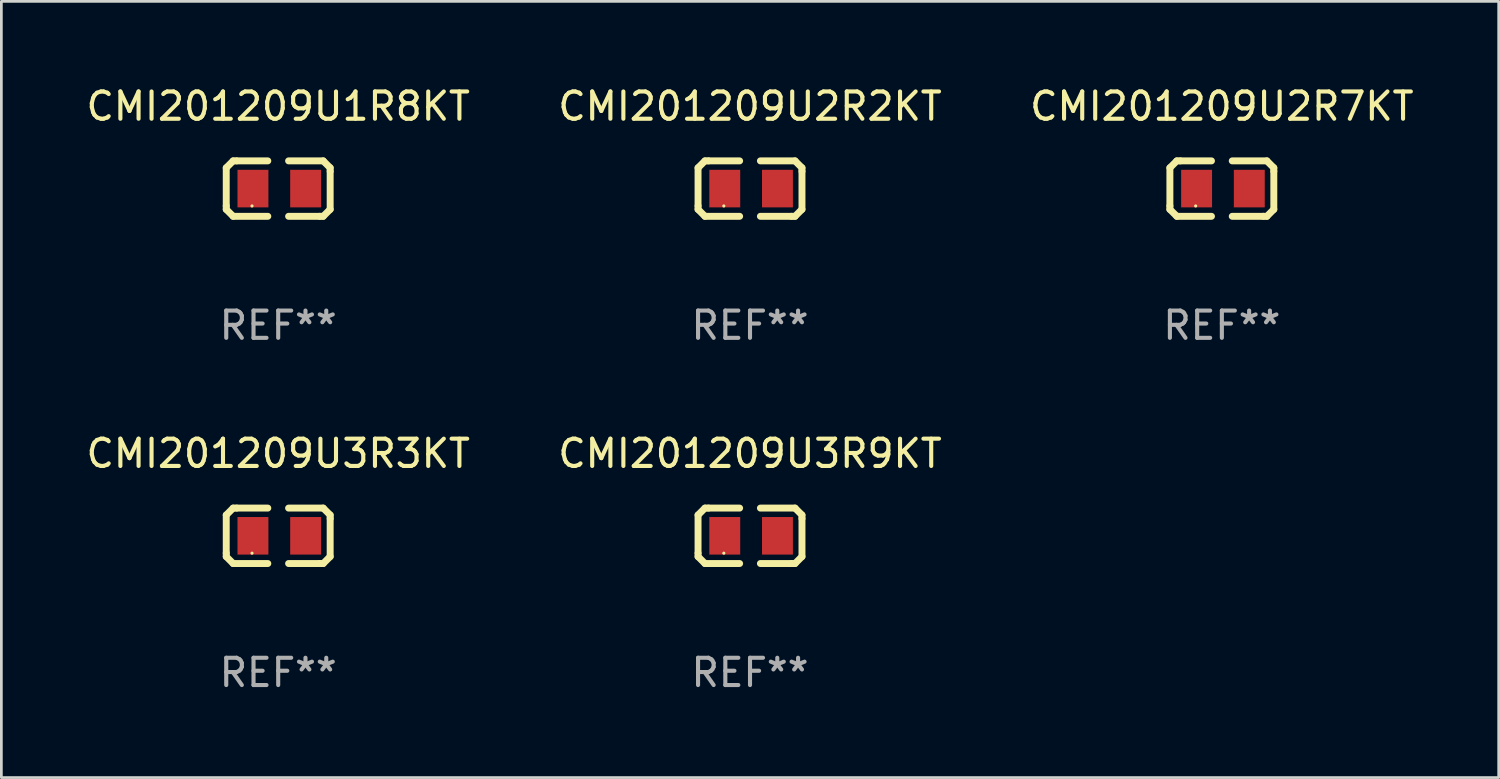
<source format=kicad_pcb>
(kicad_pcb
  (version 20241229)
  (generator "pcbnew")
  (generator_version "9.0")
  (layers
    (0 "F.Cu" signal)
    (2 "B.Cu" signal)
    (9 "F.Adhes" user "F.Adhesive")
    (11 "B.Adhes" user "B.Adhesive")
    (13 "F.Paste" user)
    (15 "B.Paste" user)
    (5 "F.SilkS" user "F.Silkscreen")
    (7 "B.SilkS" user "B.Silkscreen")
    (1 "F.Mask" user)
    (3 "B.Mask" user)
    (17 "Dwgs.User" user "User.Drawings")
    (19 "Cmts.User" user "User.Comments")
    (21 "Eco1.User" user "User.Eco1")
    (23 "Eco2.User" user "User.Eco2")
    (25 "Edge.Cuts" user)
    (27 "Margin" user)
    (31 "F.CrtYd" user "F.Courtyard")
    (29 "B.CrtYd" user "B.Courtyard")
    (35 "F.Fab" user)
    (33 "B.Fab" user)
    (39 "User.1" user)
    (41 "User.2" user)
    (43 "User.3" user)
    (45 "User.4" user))
  (footprint "CMI201209U2R2KT"
    (layer "F.Cu")
    (at 24.446 3.864)
    (property "Reference" "CMI201209U2R2KT" (at 0 -3.016 0) (layer "F.SilkS") (effects (font (size 1 1) (thickness 0.15))))
    (attr through_hole)
    (fp_line (start -1.905 -0.762) (end -1.905 0.635) (stroke (width 0.254) (type solid)) (layer "F.SilkS"))
    (fp_line (start -1.905 0.635) (end -1.905 0.762) (stroke (width 0.254) (type solid)) (layer "F.SilkS"))
    (fp_line (start -1.905 0.762) (end -1.651 1.016) (stroke (width 0.254) (type solid)) (layer "F.SilkS"))
    (fp_line (start -1.651 -1.016) (end -1.905 -0.762) (stroke (width 0.254) (type solid)) (layer "F.SilkS"))
    (fp_line (start -1.651 1.016) (end -0.381 1.016) (stroke (width 0.254) (type solid)) (layer "F.SilkS"))
    (fp_line (start -1.524 -1.016) (end -1.651 -1.016) (stroke (width 0.254) (type solid)) (layer "F.SilkS"))
    (fp_line (start -0.381 -1.016) (end -1.524 -1.016) (stroke (width 0.254) (type solid)) (layer "F.SilkS"))
    (fp_line (start 0.381 1.016) (end 1.524 1.016) (stroke (width 0.254) (type solid)) (layer "F.SilkS"))
    (fp_line (start 1.524 1.016) (end 1.651 1.016) (stroke (width 0.254) (type solid)) (layer "F.SilkS"))
    (fp_line (start 1.651 -1.016) (end 0.381 -1.016) (stroke (width 0.254) (type solid)) (layer "F.SilkS"))
    (fp_line (start 1.651 1.016) (end 1.905 0.762) (stroke (width 0.254) (type solid)) (layer "F.SilkS"))
    (fp_line (start 1.905 -0.762) (end 1.651 -1.016) (stroke (width 0.254) (type solid)) (layer "F.SilkS"))
    (fp_line (start 1.905 -0.635) (end 1.905 -0.762) (stroke (width 0.254) (type solid)) (layer "F.SilkS"))
    (fp_line (start 1.905 0.762) (end 1.905 -0.635) (stroke (width 0.254) (type solid)) (layer "F.SilkS"))
    (fp_circle (center -0.96 0.637) (end -0.93 0.637) (stroke (width 0.06) (type solid)) (fill no) (layer "F.SilkS"))
    (fp_text user "REF**" (at 0 5.016 0) (layer "F.Fab") (effects (font (size 1 1) (thickness 0.15))))
    (pad "1" smd rect (at -0.926 -0.000051) (size 1.133 1.377) (layers "F.Cu" "F.Mask" "F.Paste"))
    (pad "2" smd rect (at 1.006 -0.000051) (size 1.133 1.377) (layers "F.Cu" "F.Mask" "F.Paste")))
  (footprint "CMI201209U3R3KT"
    (layer "F.Cu")
    (at 7.149 16.593)
    (property "Reference" "CMI201209U3R3KT" (at 0 -3.016 0) (layer "F.SilkS") (effects (font (size 1 1) (thickness 0.15))))
    (attr through_hole)
    (fp_line (start -1.905 -0.762) (end -1.905 0.635) (stroke (width 0.254) (type solid)) (layer "F.SilkS"))
    (fp_line (start -1.905 0.635) (end -1.905 0.762) (stroke (width 0.254) (type solid)) (layer "F.SilkS"))
    (fp_line (start -1.905 0.762) (end -1.651 1.016) (stroke (width 0.254) (type solid)) (layer "F.SilkS"))
    (fp_line (start -1.651 -1.016) (end -1.905 -0.762) (stroke (width 0.254) (type solid)) (layer "F.SilkS"))
    (fp_line (start -1.651 1.016) (end -0.381 1.016) (stroke (width 0.254) (type solid)) (layer "F.SilkS"))
    (fp_line (start -1.524 -1.016) (end -1.651 -1.016) (stroke (width 0.254) (type solid)) (layer "F.SilkS"))
    (fp_line (start -0.381 -1.016) (end -1.524 -1.016) (stroke (width 0.254) (type solid)) (layer "F.SilkS"))
    (fp_line (start 0.381 1.016) (end 1.524 1.016) (stroke (width 0.254) (type solid)) (layer "F.SilkS"))
    (fp_line (start 1.524 1.016) (end 1.651 1.016) (stroke (width 0.254) (type solid)) (layer "F.SilkS"))
    (fp_line (start 1.651 -1.016) (end 0.381 -1.016) (stroke (width 0.254) (type solid)) (layer "F.SilkS"))
    (fp_line (start 1.651 1.016) (end 1.905 0.762) (stroke (width 0.254) (type solid)) (layer "F.SilkS"))
    (fp_line (start 1.905 -0.762) (end 1.651 -1.016) (stroke (width 0.254) (type solid)) (layer "F.SilkS"))
    (fp_line (start 1.905 -0.635) (end 1.905 -0.762) (stroke (width 0.254) (type solid)) (layer "F.SilkS"))
    (fp_line (start 1.905 0.762) (end 1.905 -0.635) (stroke (width 0.254) (type solid)) (layer "F.SilkS"))
    (fp_circle (center -0.96 0.637) (end -0.93 0.637) (stroke (width 0.06) (type solid)) (fill no) (layer "F.SilkS"))
    (fp_text user "REF**" (at 0 5.016 0) (layer "F.Fab") (effects (font (size 1 1) (thickness 0.15))))
    (pad "1" smd rect (at -0.926 -0.000051) (size 1.133 1.377) (layers "F.Cu" "F.Mask" "F.Paste"))
    (pad "2" smd rect (at 1.006 -0.000051) (size 1.133 1.377) (layers "F.Cu" "F.Mask" "F.Paste")))
  (footprint "CMI201209U1R8KT"
    (layer "F.Cu")
    (at 7.149 3.864)
    (property "Reference" "CMI201209U1R8KT" (at 0 -3.016 0) (layer "F.SilkS") (effects (font (size 1 1) (thickness 0.15))))
    (attr through_hole)
    (fp_line (start -1.905 -0.762) (end -1.905 0.635) (stroke (width 0.254) (type solid)) (layer "F.SilkS"))
    (fp_line (start -1.905 0.635) (end -1.905 0.762) (stroke (width 0.254) (type solid)) (layer "F.SilkS"))
    (fp_line (start -1.905 0.762) (end -1.651 1.016) (stroke (width 0.254) (type solid)) (layer "F.SilkS"))
    (fp_line (start -1.651 -1.016) (end -1.905 -0.762) (stroke (width 0.254) (type solid)) (layer "F.SilkS"))
    (fp_line (start -1.651 1.016) (end -0.381 1.016) (stroke (width 0.254) (type solid)) (layer "F.SilkS"))
    (fp_line (start -1.524 -1.016) (end -1.651 -1.016) (stroke (width 0.254) (type solid)) (layer "F.SilkS"))
    (fp_line (start -0.381 -1.016) (end -1.524 -1.016) (stroke (width 0.254) (type solid)) (layer "F.SilkS"))
    (fp_line (start 0.381 1.016) (end 1.524 1.016) (stroke (width 0.254) (type solid)) (layer "F.SilkS"))
    (fp_line (start 1.524 1.016) (end 1.651 1.016) (stroke (width 0.254) (type solid)) (layer "F.SilkS"))
    (fp_line (start 1.651 -1.016) (end 0.381 -1.016) (stroke (width 0.254) (type solid)) (layer "F.SilkS"))
    (fp_line (start 1.651 1.016) (end 1.905 0.762) (stroke (width 0.254) (type solid)) (layer "F.SilkS"))
    (fp_line (start 1.905 -0.762) (end 1.651 -1.016) (stroke (width 0.254) (type solid)) (layer "F.SilkS"))
    (fp_line (start 1.905 -0.635) (end 1.905 -0.762) (stroke (width 0.254) (type solid)) (layer "F.SilkS"))
    (fp_line (start 1.905 0.762) (end 1.905 -0.635) (stroke (width 0.254) (type solid)) (layer "F.SilkS"))
    (fp_circle (center -0.96 0.637) (end -0.93 0.637) (stroke (width 0.06) (type solid)) (fill no) (layer "F.SilkS"))
    (fp_text user "REF**" (at 0 5.016 0) (layer "F.Fab") (effects (font (size 1 1) (thickness 0.15))))
    (pad "1" smd rect (at -0.926 -0.000051) (size 1.133 1.377) (layers "F.Cu" "F.Mask" "F.Paste"))
    (pad "2" smd rect (at 1.006 -0.000051) (size 1.133 1.377) (layers "F.Cu" "F.Mask" "F.Paste")))
  (footprint "CMI201209U2R7KT"
    (layer "F.Cu")
    (at 41.744 3.864)
    (property "Reference" "CMI201209U2R7KT" (at 0 -3.016 0) (layer "F.SilkS") (effects (font (size 1 1) (thickness 0.15))))
    (attr through_hole)
    (fp_line (start -1.905 -0.762) (end -1.905 0.635) (stroke (width 0.254) (type solid)) (layer "F.SilkS"))
    (fp_line (start -1.905 0.635) (end -1.905 0.762) (stroke (width 0.254) (type solid)) (layer "F.SilkS"))
    (fp_line (start -1.905 0.762) (end -1.651 1.016) (stroke (width 0.254) (type solid)) (layer "F.SilkS"))
    (fp_line (start -1.651 -1.016) (end -1.905 -0.762) (stroke (width 0.254) (type solid)) (layer "F.SilkS"))
    (fp_line (start -1.651 1.016) (end -0.381 1.016) (stroke (width 0.254) (type solid)) (layer "F.SilkS"))
    (fp_line (start -1.524 -1.016) (end -1.651 -1.016) (stroke (width 0.254) (type solid)) (layer "F.SilkS"))
    (fp_line (start -0.381 -1.016) (end -1.524 -1.016) (stroke (width 0.254) (type solid)) (layer "F.SilkS"))
    (fp_line (start 0.381 1.016) (end 1.524 1.016) (stroke (width 0.254) (type solid)) (layer "F.SilkS"))
    (fp_line (start 1.524 1.016) (end 1.651 1.016) (stroke (width 0.254) (type solid)) (layer "F.SilkS"))
    (fp_line (start 1.651 -1.016) (end 0.381 -1.016) (stroke (width 0.254) (type solid)) (layer "F.SilkS"))
    (fp_line (start 1.651 1.016) (end 1.905 0.762) (stroke (width 0.254) (type solid)) (layer "F.SilkS"))
    (fp_line (start 1.905 -0.762) (end 1.651 -1.016) (stroke (width 0.254) (type solid)) (layer "F.SilkS"))
    (fp_line (start 1.905 -0.635) (end 1.905 -0.762) (stroke (width 0.254) (type solid)) (layer "F.SilkS"))
    (fp_line (start 1.905 0.762) (end 1.905 -0.635) (stroke (width 0.254) (type solid)) (layer "F.SilkS"))
    (fp_circle (center -0.96 0.637) (end -0.93 0.637) (stroke (width 0.06) (type solid)) (fill no) (layer "F.SilkS"))
    (fp_text user "REF**" (at 0 5.016 0) (layer "F.Fab") (effects (font (size 1 1) (thickness 0.15))))
    (pad "1" smd rect (at -0.926 -0.000051) (size 1.133 1.377) (layers "F.Cu" "F.Mask" "F.Paste"))
    (pad "2" smd rect (at 1.006 -0.000051) (size 1.133 1.377) (layers "F.Cu" "F.Mask" "F.Paste")))
  (footprint "CMI201209U3R9KT"
    (layer "F.Cu")
    (at 24.446 16.593)
    (property "Reference" "CMI201209U3R9KT" (at 0 -3.016 0) (layer "F.SilkS") (effects (font (size 1 1) (thickness 0.15))))
    (attr through_hole)
    (fp_line (start -1.905 -0.762) (end -1.905 0.635) (stroke (width 0.254) (type solid)) (layer "F.SilkS"))
    (fp_line (start -1.905 0.635) (end -1.905 0.762) (stroke (width 0.254) (type solid)) (layer "F.SilkS"))
    (fp_line (start -1.905 0.762) (end -1.651 1.016) (stroke (width 0.254) (type solid)) (layer "F.SilkS"))
    (fp_line (start -1.651 -1.016) (end -1.905 -0.762) (stroke (width 0.254) (type solid)) (layer "F.SilkS"))
    (fp_line (start -1.651 1.016) (end -0.381 1.016) (stroke (width 0.254) (type solid)) (layer "F.SilkS"))
    (fp_line (start -1.524 -1.016) (end -1.651 -1.016) (stroke (width 0.254) (type solid)) (layer "F.SilkS"))
    (fp_line (start -0.381 -1.016) (end -1.524 -1.016) (stroke (width 0.254) (type solid)) (layer "F.SilkS"))
    (fp_line (start 0.381 1.016) (end 1.524 1.016) (stroke (width 0.254) (type solid)) (layer "F.SilkS"))
    (fp_line (start 1.524 1.016) (end 1.651 1.016) (stroke (width 0.254) (type solid)) (layer "F.SilkS"))
    (fp_line (start 1.651 -1.016) (end 0.381 -1.016) (stroke (width 0.254) (type solid)) (layer "F.SilkS"))
    (fp_line (start 1.651 1.016) (end 1.905 0.762) (stroke (width 0.254) (type solid)) (layer "F.SilkS"))
    (fp_line (start 1.905 -0.762) (end 1.651 -1.016) (stroke (width 0.254) (type solid)) (layer "F.SilkS"))
    (fp_line (start 1.905 -0.635) (end 1.905 -0.762) (stroke (width 0.254) (type solid)) (layer "F.SilkS"))
    (fp_line (start 1.905 0.762) (end 1.905 -0.635) (stroke (width 0.254) (type solid)) (layer "F.SilkS"))
    (fp_circle (center -0.96 0.637) (end -0.93 0.637) (stroke (width 0.06) (type solid)) (fill no) (layer "F.SilkS"))
    (fp_text user "REF**" (at 0 5.016 0) (layer "F.Fab") (effects (font (size 1 1) (thickness 0.15))))
    (pad "1" smd rect (at -0.926 -0.000051) (size 1.133 1.377) (layers "F.Cu" "F.Mask" "F.Paste"))
    (pad "2" smd rect (at 1.006 -0.000051) (size 1.133 1.377) (layers "F.Cu" "F.Mask" "F.Paste")))
  (gr_rect
    (start -3 -3)
    (end 51.893 25.457)
    (stroke (width 0.1) (type default))
    (fill no)
    (layer "Edge.Cuts")))
</source>
